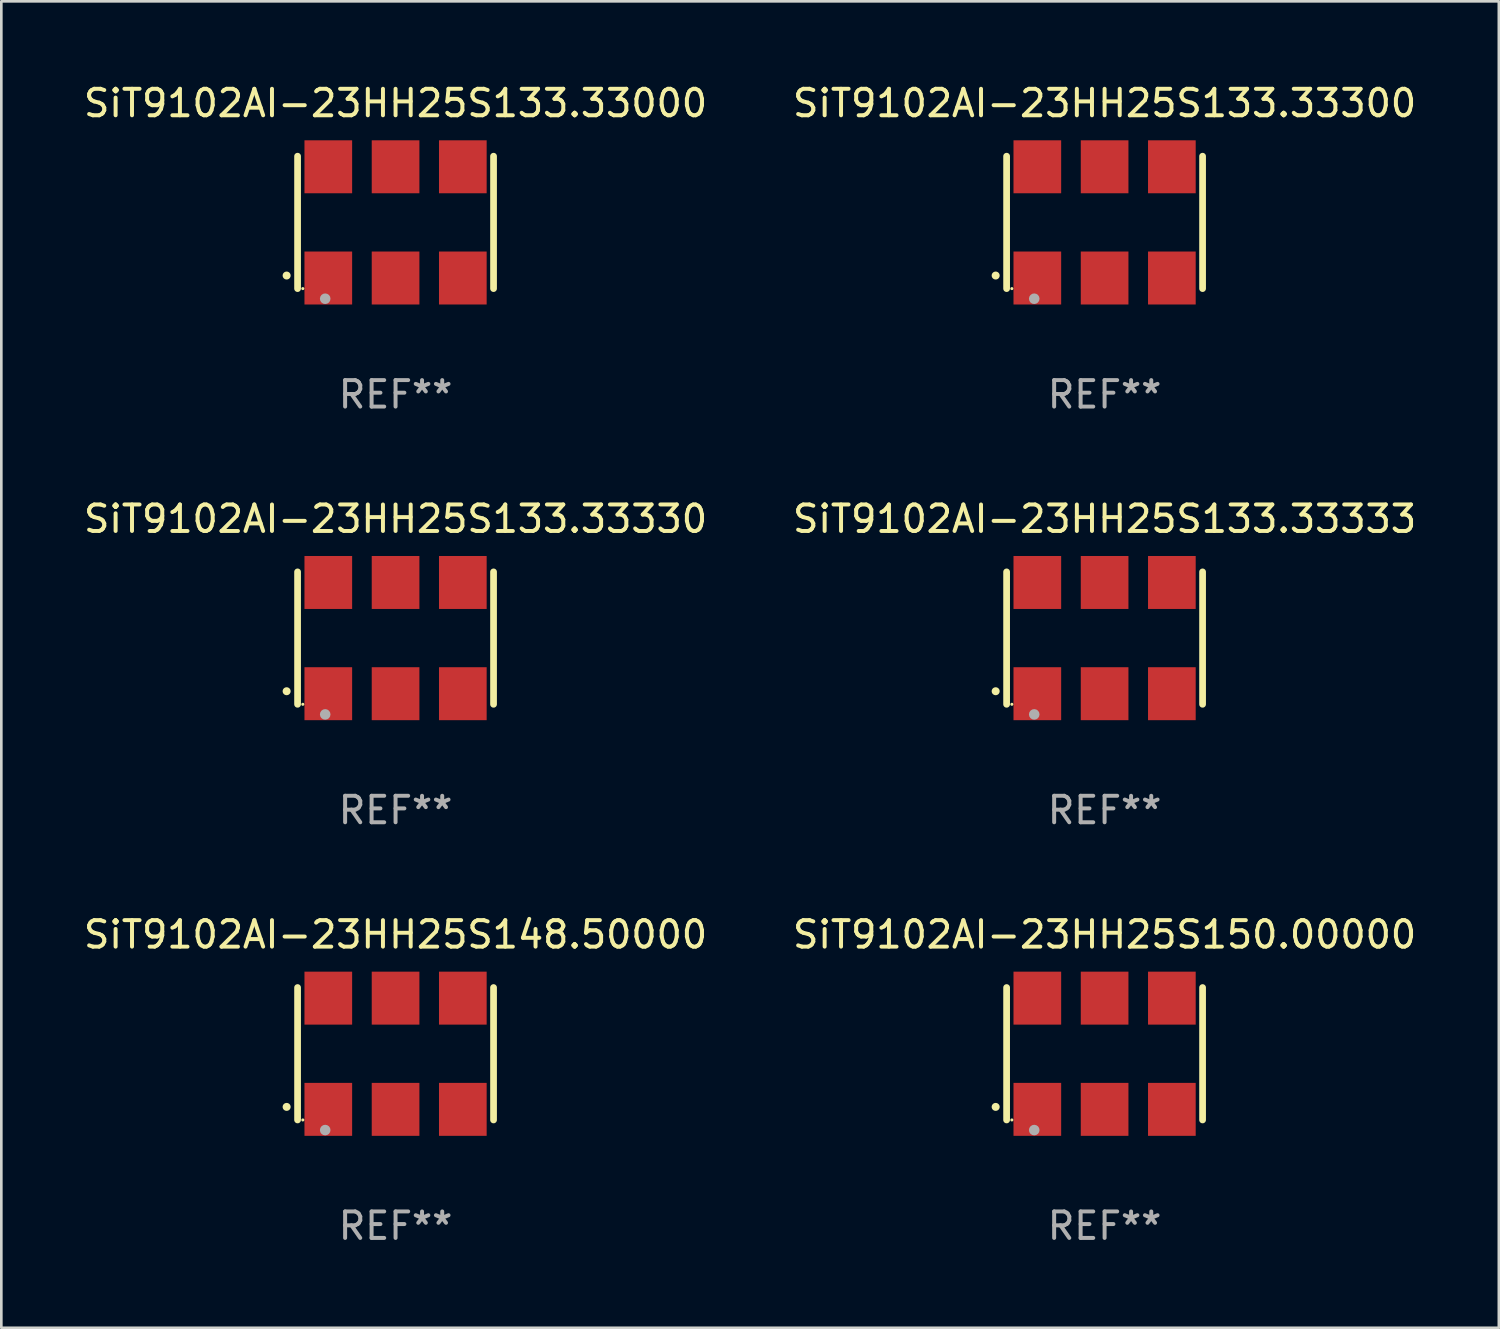
<source format=kicad_pcb>
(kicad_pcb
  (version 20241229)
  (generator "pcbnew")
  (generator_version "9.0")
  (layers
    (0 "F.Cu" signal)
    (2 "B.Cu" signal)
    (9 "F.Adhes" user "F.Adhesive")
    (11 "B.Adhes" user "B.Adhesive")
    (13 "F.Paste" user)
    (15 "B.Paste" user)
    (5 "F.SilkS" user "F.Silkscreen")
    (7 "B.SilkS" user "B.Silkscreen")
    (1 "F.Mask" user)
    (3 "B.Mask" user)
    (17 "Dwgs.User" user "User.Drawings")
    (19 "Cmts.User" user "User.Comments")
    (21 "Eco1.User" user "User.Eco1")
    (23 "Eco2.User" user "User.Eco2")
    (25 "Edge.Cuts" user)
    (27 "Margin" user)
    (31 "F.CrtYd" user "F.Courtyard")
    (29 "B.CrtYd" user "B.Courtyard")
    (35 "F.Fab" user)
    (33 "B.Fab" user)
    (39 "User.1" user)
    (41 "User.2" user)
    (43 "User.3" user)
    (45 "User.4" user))
  (footprint "SiT9102AI-23HH25S133.33333"
    (layer "F.Cu")
    (at 38.661 21.045)
    (property "Reference" "SiT9102AI-23HH25S133.33333" (at 0 -4.5 0) (layer "F.SilkS") (effects (font (size 1 1) (thickness 0.15))))
    (attr through_hole)
    (fp_line (start -3.7 -2.5) (end -3.7 2.5) (stroke (width 0.254) (type solid)) (layer "F.SilkS"))
    (fp_line (start 3.7 -2.5) (end 3.7 2.5) (stroke (width 0.254) (type solid)) (layer "F.SilkS"))
    (fp_arc (start -4.114415 2.006604) (mid -4.113145 2.006599) (end -4.111875 2.006604) (stroke (width 0.3) (type solid)) (layer "F.SilkS"))
    (fp_circle (center -3.502 2.5) (end -3.472 2.5) (stroke (width 0.06) (type solid)) (fill no) (layer "F.SilkS"))
    (fp_circle (center -2.657 2.882) (end -2.557 2.882) (stroke (width 0.2) (type solid)) (fill no) (layer "F.Fab"))
    (fp_text user "REF**" (at 0 6.5 0) (layer "F.Fab") (effects (font (size 1 1) (thickness 0.15))))
    (pad "1" smd rect (at -2.54 2.1) (size 1.8 2) (layers "F.Cu" "F.Mask" "F.Paste"))
    (pad "2" smd rect (at 0.000394 2.1) (size 1.8 2) (layers "F.Cu" "F.Mask" "F.Paste"))
    (pad "3" smd rect (at 2.54 2.1) (size 1.8 2) (layers "F.Cu" "F.Mask" "F.Paste"))
    (pad "4" smd rect (at 2.54 -2.1) (size 1.8 2) (layers "F.Cu" "F.Mask" "F.Paste"))
    (pad "5" smd rect (at 0.000394 -2.1) (size 1.8 2) (layers "F.Cu" "F.Mask" "F.Paste"))
    (pad "6" smd rect (at -2.54 -2.1) (size 1.8 2) (layers "F.Cu" "F.Mask" "F.Paste")))
  (footprint "SiT9102AI-23HH25S150.00000"
    (layer "F.Cu")
    (at 38.661 36.741)
    (property "Reference" "SiT9102AI-23HH25S150.00000" (at 0 -4.5 0) (layer "F.SilkS") (effects (font (size 1 1) (thickness 0.15))))
    (attr through_hole)
    (fp_line (start -3.7 -2.5) (end -3.7 2.5) (stroke (width 0.254) (type solid)) (layer "F.SilkS"))
    (fp_line (start 3.7 -2.5) (end 3.7 2.5) (stroke (width 0.254) (type solid)) (layer "F.SilkS"))
    (fp_arc (start -4.114415 2.006604) (mid -4.113145 2.006599) (end -4.111875 2.006604) (stroke (width 0.3) (type solid)) (layer "F.SilkS"))
    (fp_circle (center -3.502 2.5) (end -3.472 2.5) (stroke (width 0.06) (type solid)) (fill no) (layer "F.SilkS"))
    (fp_circle (center -2.657 2.882) (end -2.557 2.882) (stroke (width 0.2) (type solid)) (fill no) (layer "F.Fab"))
    (fp_text user "REF**" (at 0 6.5 0) (layer "F.Fab") (effects (font (size 1 1) (thickness 0.15))))
    (pad "1" smd rect (at -2.54 2.1) (size 1.8 2) (layers "F.Cu" "F.Mask" "F.Paste"))
    (pad "2" smd rect (at 0.000394 2.1) (size 1.8 2) (layers "F.Cu" "F.Mask" "F.Paste"))
    (pad "3" smd rect (at 2.54 2.1) (size 1.8 2) (layers "F.Cu" "F.Mask" "F.Paste"))
    (pad "4" smd rect (at 2.54 -2.1) (size 1.8 2) (layers "F.Cu" "F.Mask" "F.Paste"))
    (pad "5" smd rect (at 0.000394 -2.1) (size 1.8 2) (layers "F.Cu" "F.Mask" "F.Paste"))
    (pad "6" smd rect (at -2.54 -2.1) (size 1.8 2) (layers "F.Cu" "F.Mask" "F.Paste")))
  (footprint "SiT9102AI-23HH25S148.50000"
    (layer "F.Cu")
    (at 11.887 36.741)
    (property "Reference" "SiT9102AI-23HH25S148.50000" (at 0 -4.5 0) (layer "F.SilkS") (effects (font (size 1 1) (thickness 0.15))))
    (attr through_hole)
    (fp_line (start -3.7 -2.5) (end -3.7 2.5) (stroke (width 0.254) (type solid)) (layer "F.SilkS"))
    (fp_line (start 3.7 -2.5) (end 3.7 2.5) (stroke (width 0.254) (type solid)) (layer "F.SilkS"))
    (fp_arc (start -4.114415 2.006604) (mid -4.113145 2.006599) (end -4.111875 2.006604) (stroke (width 0.3) (type solid)) (layer "F.SilkS"))
    (fp_circle (center -3.502 2.5) (end -3.472 2.5) (stroke (width 0.06) (type solid)) (fill no) (layer "F.SilkS"))
    (fp_circle (center -2.657 2.882) (end -2.557 2.882) (stroke (width 0.2) (type solid)) (fill no) (layer "F.Fab"))
    (fp_text user "REF**" (at 0 6.5 0) (layer "F.Fab") (effects (font (size 1 1) (thickness 0.15))))
    (pad "1" smd rect (at -2.54 2.1) (size 1.8 2) (layers "F.Cu" "F.Mask" "F.Paste"))
    (pad "2" smd rect (at 0.000394 2.1) (size 1.8 2) (layers "F.Cu" "F.Mask" "F.Paste"))
    (pad "3" smd rect (at 2.54 2.1) (size 1.8 2) (layers "F.Cu" "F.Mask" "F.Paste"))
    (pad "4" smd rect (at 2.54 -2.1) (size 1.8 2) (layers "F.Cu" "F.Mask" "F.Paste"))
    (pad "5" smd rect (at 0.000394 -2.1) (size 1.8 2) (layers "F.Cu" "F.Mask" "F.Paste"))
    (pad "6" smd rect (at -2.54 -2.1) (size 1.8 2) (layers "F.Cu" "F.Mask" "F.Paste")))
  (footprint "SiT9102AI-23HH25S133.33000"
    (layer "F.Cu")
    (at 11.887 5.348)
    (property "Reference" "SiT9102AI-23HH25S133.33000" (at 0 -4.5 0) (layer "F.SilkS") (effects (font (size 1 1) (thickness 0.15))))
    (attr through_hole)
    (fp_line (start -3.7 -2.5) (end -3.7 2.5) (stroke (width 0.254) (type solid)) (layer "F.SilkS"))
    (fp_line (start 3.7 -2.5) (end 3.7 2.5) (stroke (width 0.254) (type solid)) (layer "F.SilkS"))
    (fp_arc (start -4.114415 2.006604) (mid -4.113145 2.006599) (end -4.111875 2.006604) (stroke (width 0.3) (type solid)) (layer "F.SilkS"))
    (fp_circle (center -3.502 2.5) (end -3.472 2.5) (stroke (width 0.06) (type solid)) (fill no) (layer "F.SilkS"))
    (fp_circle (center -2.657 2.882) (end -2.557 2.882) (stroke (width 0.2) (type solid)) (fill no) (layer "F.Fab"))
    (fp_text user "REF**" (at 0 6.5 0) (layer "F.Fab") (effects (font (size 1 1) (thickness 0.15))))
    (pad "1" smd rect (at -2.54 2.1) (size 1.8 2) (layers "F.Cu" "F.Mask" "F.Paste"))
    (pad "2" smd rect (at 0.000394 2.1) (size 1.8 2) (layers "F.Cu" "F.Mask" "F.Paste"))
    (pad "3" smd rect (at 2.54 2.1) (size 1.8 2) (layers "F.Cu" "F.Mask" "F.Paste"))
    (pad "4" smd rect (at 2.54 -2.1) (size 1.8 2) (layers "F.Cu" "F.Mask" "F.Paste"))
    (pad "5" smd rect (at 0.000394 -2.1) (size 1.8 2) (layers "F.Cu" "F.Mask" "F.Paste"))
    (pad "6" smd rect (at -2.54 -2.1) (size 1.8 2) (layers "F.Cu" "F.Mask" "F.Paste")))
  (footprint "SiT9102AI-23HH25S133.33330"
    (layer "F.Cu")
    (at 11.887 21.045)
    (property "Reference" "SiT9102AI-23HH25S133.33330" (at 0 -4.5 0) (layer "F.SilkS") (effects (font (size 1 1) (thickness 0.15))))
    (attr through_hole)
    (fp_line (start -3.7 -2.5) (end -3.7 2.5) (stroke (width 0.254) (type solid)) (layer "F.SilkS"))
    (fp_line (start 3.7 -2.5) (end 3.7 2.5) (stroke (width 0.254) (type solid)) (layer "F.SilkS"))
    (fp_arc (start -4.114415 2.006604) (mid -4.113145 2.006599) (end -4.111875 2.006604) (stroke (width 0.3) (type solid)) (layer "F.SilkS"))
    (fp_circle (center -3.502 2.5) (end -3.472 2.5) (stroke (width 0.06) (type solid)) (fill no) (layer "F.SilkS"))
    (fp_circle (center -2.657 2.882) (end -2.557 2.882) (stroke (width 0.2) (type solid)) (fill no) (layer "F.Fab"))
    (fp_text user "REF**" (at 0 6.5 0) (layer "F.Fab") (effects (font (size 1 1) (thickness 0.15))))
    (pad "1" smd rect (at -2.54 2.1) (size 1.8 2) (layers "F.Cu" "F.Mask" "F.Paste"))
    (pad "2" smd rect (at 0.000394 2.1) (size 1.8 2) (layers "F.Cu" "F.Mask" "F.Paste"))
    (pad "3" smd rect (at 2.54 2.1) (size 1.8 2) (layers "F.Cu" "F.Mask" "F.Paste"))
    (pad "4" smd rect (at 2.54 -2.1) (size 1.8 2) (layers "F.Cu" "F.Mask" "F.Paste"))
    (pad "5" smd rect (at 0.000394 -2.1) (size 1.8 2) (layers "F.Cu" "F.Mask" "F.Paste"))
    (pad "6" smd rect (at -2.54 -2.1) (size 1.8 2) (layers "F.Cu" "F.Mask" "F.Paste")))
  (footprint "SiT9102AI-23HH25S133.33300"
    (layer "F.Cu")
    (at 38.661 5.348)
    (property "Reference" "SiT9102AI-23HH25S133.33300" (at 0 -4.5 0) (layer "F.SilkS") (effects (font (size 1 1) (thickness 0.15))))
    (attr through_hole)
    (fp_line (start -3.7 -2.5) (end -3.7 2.5) (stroke (width 0.254) (type solid)) (layer "F.SilkS"))
    (fp_line (start 3.7 -2.5) (end 3.7 2.5) (stroke (width 0.254) (type solid)) (layer "F.SilkS"))
    (fp_arc (start -4.114415 2.006604) (mid -4.113145 2.006599) (end -4.111875 2.006604) (stroke (width 0.3) (type solid)) (layer "F.SilkS"))
    (fp_circle (center -3.502 2.5) (end -3.472 2.5) (stroke (width 0.06) (type solid)) (fill no) (layer "F.SilkS"))
    (fp_circle (center -2.657 2.882) (end -2.557 2.882) (stroke (width 0.2) (type solid)) (fill no) (layer "F.Fab"))
    (fp_text user "REF**" (at 0 6.5 0) (layer "F.Fab") (effects (font (size 1 1) (thickness 0.15))))
    (pad "1" smd rect (at -2.54 2.1) (size 1.8 2) (layers "F.Cu" "F.Mask" "F.Paste"))
    (pad "2" smd rect (at 0.000394 2.1) (size 1.8 2) (layers "F.Cu" "F.Mask" "F.Paste"))
    (pad "3" smd rect (at 2.54 2.1) (size 1.8 2) (layers "F.Cu" "F.Mask" "F.Paste"))
    (pad "4" smd rect (at 2.54 -2.1) (size 1.8 2) (layers "F.Cu" "F.Mask" "F.Paste"))
    (pad "5" smd rect (at 0.000394 -2.1) (size 1.8 2) (layers "F.Cu" "F.Mask" "F.Paste"))
    (pad "6" smd rect (at -2.54 -2.1) (size 1.8 2) (layers "F.Cu" "F.Mask" "F.Paste")))
  (gr_rect
    (start -3 -3)
    (end 53.548 47.09)
    (stroke (width 0.1) (type default))
    (fill no)
    (layer "Edge.Cuts")))
</source>
